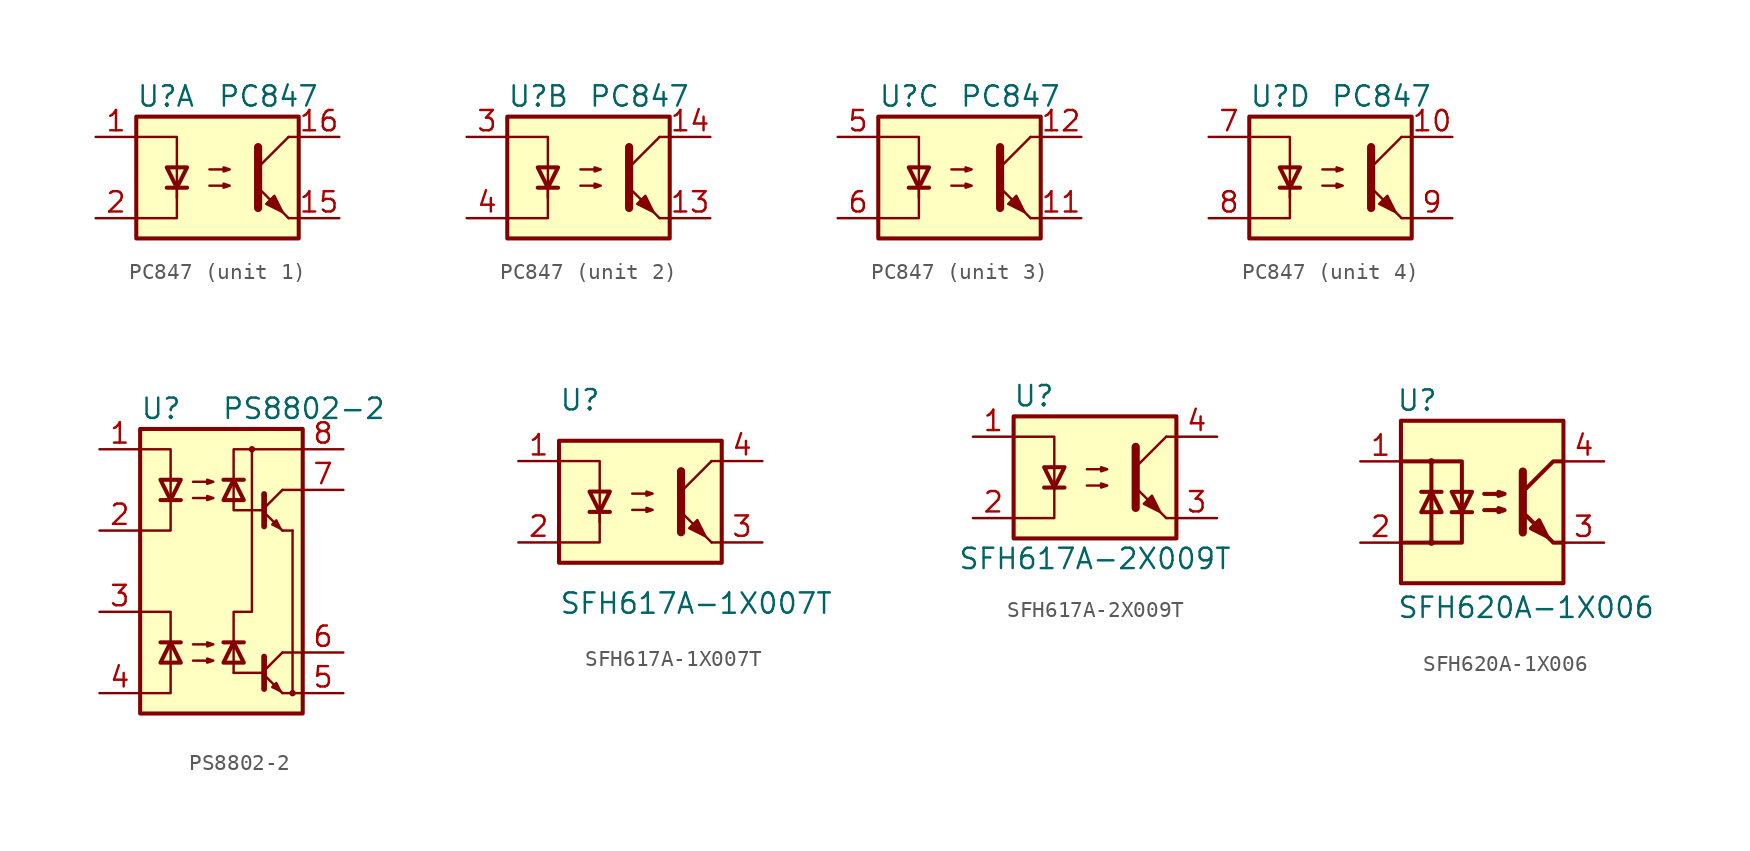
<source format=kicad_sym>
(kicad_symbol_lib
  (version 20241209)
  (generator "kicad_symbol_editor")
  (generator_version "9.0")
  (symbol "PC847"
    (pin_names
      (offset 1.016))
    (property "Reference" "U"
      (at -5.08 5.08 0)
      (effects (font (size 1.27 1.27)) (justify left)))
    (property "Value" "PC847"
      (at 0 5.08 0)
      (effects (font (size 1.27 1.27)) (justify left)))
    (symbol "PC847_0_1"
      (rectangle (start -5.08 3.81) (end 5.08 -3.81) (stroke (width 0.254) (type default)) (fill (type background)))
      (polyline (pts (xy -5.08 2.54) (xy -2.54 2.54) (xy -2.54 -1.27) (xy -2.54 0.635)) (stroke (width 0) (type default)) (fill (type none)))
      (polyline (pts (xy -3.175 -0.635) (xy -1.905 -0.635)) (stroke (width 0.254) (type default)) (fill (type none)))
      (polyline (pts (xy -2.54 -0.635) (xy -2.54 -2.54) (xy -5.08 -2.54)) (stroke (width 0) (type default)) (fill (type none)))
      (polyline (pts (xy -2.54 -0.635) (xy -3.175 0.635) (xy -1.905 0.635) (xy -2.54 -0.635)) (stroke (width 0.254) (type default)) (fill (type none)))
      (polyline (pts (xy -0.508 0.508) (xy 0.762 0.508) (xy 0.381 0.381) (xy 0.381 0.635) (xy 0.762 0.508)) (stroke (width 0) (type default)) (fill (type none)))
      (polyline (pts (xy -0.508 -0.508) (xy 0.762 -0.508) (xy 0.381 -0.635) (xy 0.381 -0.381) (xy 0.762 -0.508)) (stroke (width 0) (type default)) (fill (type none)))
      (polyline (pts (xy 2.54 1.905) (xy 2.54 -1.905) (xy 2.54 -1.905)) (stroke (width 0.508) (type default)) (fill (type none)))
      (polyline (pts (xy 2.54 0.635) (xy 4.445 2.54)) (stroke (width 0) (type default)) (fill (type none)))
      (polyline (pts (xy 3.048 -1.651) (xy 3.556 -1.143) (xy 4.064 -2.159) (xy 3.048 -1.651) (xy 3.048 -1.651)) (stroke (width 0) (type default)) (fill (type outline)))
      (polyline (pts (xy 4.445 2.54) (xy 5.08 2.54)) (stroke (width 0) (type default)) (fill (type none)))
      (polyline (pts (xy 4.445 -2.54) (xy 2.54 -0.635)) (stroke (width 0) (type default)) (fill (type outline)))
      (polyline (pts (xy 4.445 -2.54) (xy 5.08 -2.54)) (stroke (width 0) (type default)) (fill (type none))))
    (symbol "PC847_1_1"
      (pin passive line (at -7.62 2.54 0) (length 2.54) (name "~" (effects (font (size 1.27 1.27)))) (number "1" (effects (font (size 1.27 1.27)))))
      (pin passive line (at -7.62 -2.54 0) (length 2.54) (name "~" (effects (font (size 1.27 1.27)))) (number "2" (effects (font (size 1.27 1.27)))))
      (pin passive line (at 7.62 2.54 180) (length 2.54) (name "~" (effects (font (size 1.27 1.27)))) (number "16" (effects (font (size 1.27 1.27)))))
      (pin passive line (at 7.62 -2.54 180) (length 2.54) (name "~" (effects (font (size 1.27 1.27)))) (number "15" (effects (font (size 1.27 1.27))))))
    (symbol "PC847_2_1"
      (pin passive line (at -7.62 2.54 0) (length 2.54) (name "~" (effects (font (size 1.27 1.27)))) (number "3" (effects (font (size 1.27 1.27)))))
      (pin passive line (at -7.62 -2.54 0) (length 2.54) (name "~" (effects (font (size 1.27 1.27)))) (number "4" (effects (font (size 1.27 1.27)))))
      (pin passive line (at 7.62 2.54 180) (length 2.54) (name "~" (effects (font (size 1.27 1.27)))) (number "14" (effects (font (size 1.27 1.27)))))
      (pin passive line (at 7.62 -2.54 180) (length 2.54) (name "~" (effects (font (size 1.27 1.27)))) (number "13" (effects (font (size 1.27 1.27))))))
    (symbol "PC847_3_1"
      (pin passive line (at -7.62 2.54 0) (length 2.54) (name "~" (effects (font (size 1.27 1.27)))) (number "5" (effects (font (size 1.27 1.27)))))
      (pin passive line (at -7.62 -2.54 0) (length 2.54) (name "~" (effects (font (size 1.27 1.27)))) (number "6" (effects (font (size 1.27 1.27)))))
      (pin passive line (at 7.62 2.54 180) (length 2.54) (name "~" (effects (font (size 1.27 1.27)))) (number "12" (effects (font (size 1.27 1.27)))))
      (pin passive line (at 7.62 -2.54 180) (length 2.54) (name "~" (effects (font (size 1.27 1.27)))) (number "11" (effects (font (size 1.27 1.27))))))
    (symbol "PC847_4_1"
      (pin passive line (at -7.62 2.54 0) (length 2.54) (name "~" (effects (font (size 1.27 1.27)))) (number "7" (effects (font (size 1.27 1.27)))))
      (pin passive line (at -7.62 -2.54 0) (length 2.54) (name "~" (effects (font (size 1.27 1.27)))) (number "8" (effects (font (size 1.27 1.27)))))
      (pin passive line (at 7.62 2.54 180) (length 2.54) (name "~" (effects (font (size 1.27 1.27)))) (number "10" (effects (font (size 1.27 1.27)))))
      (pin passive line (at 7.62 -2.54 180) (length 2.54) (name "~" (effects (font (size 1.27 1.27)))) (number "9" (effects (font (size 1.27 1.27)))))))
  (symbol "PS8802-2"
    (pin_names
      (hide yes))
    (property "Reference" "U"
      (at -5.08 10.16 0)
      (effects (font (size 1.27 1.27)) (justify left)))
    (property "Value" "PS8802-2"
      (at 0 10.16 0)
      (effects (font (size 1.27 1.27)) (justify left)))
    (symbol "PS8802-2_0_1"
      (rectangle (start -5.08 8.89) (end 5.08 -8.89) (stroke (width 0.254) (type default)) (fill (type background)))
      (polyline (pts (xy -5.08 2.54) (xy -3.175 2.54) (xy -3.175 7.62) (xy -5.08 7.62)) (stroke (width 0) (type default)) (fill (type none)))
      (polyline (pts (xy -5.08 -2.54) (xy -3.175 -2.54) (xy -3.175 -7.62) (xy -5.08 -7.62)) (stroke (width 0) (type default)) (fill (type none)))
      (polyline (pts (xy -3.81 4.445) (xy -2.54 4.445)) (stroke (width 0.254) (type default)) (fill (type none)))
      (polyline (pts (xy -3.81 -4.445) (xy -2.54 -4.445)) (stroke (width 0.254) (type default)) (fill (type none)))
      (polyline (pts (xy -3.175 4.445) (xy -3.81 5.715) (xy -2.54 5.715) (xy -3.175 4.445)) (stroke (width 0.254) (type default)) (fill (type none)))
      (polyline (pts (xy -3.175 -4.445) (xy -3.81 -5.715) (xy -2.54 -5.715) (xy -3.175 -4.445)) (stroke (width 0.254) (type default)) (fill (type none)))
      (polyline (pts (xy -1.778 5.588) (xy -0.508 5.588) (xy -0.889 5.461) (xy -0.889 5.715) (xy -0.508 5.588)) (stroke (width 0) (type default)) (fill (type none)))
      (polyline (pts (xy -1.778 4.572) (xy -0.508 4.572) (xy -0.889 4.445) (xy -0.889 4.699) (xy -0.508 4.572)) (stroke (width 0) (type default)) (fill (type none)))
      (polyline (pts (xy -1.778 -4.572) (xy -0.508 -4.572) (xy -0.889 -4.699) (xy -0.889 -4.445) (xy -0.508 -4.572)) (stroke (width 0) (type default)) (fill (type none)))
      (polyline (pts (xy -1.778 -5.588) (xy -0.508 -5.588) (xy -0.889 -5.715) (xy -0.889 -5.461) (xy -0.508 -5.588)) (stroke (width 0) (type default)) (fill (type none)))
      (polyline (pts (xy 0.762 5.715) (xy 1.397 4.445) (xy 0.127 4.445) (xy 0.762 5.715)) (stroke (width 0.254) (type default)) (fill (type none)))
      (polyline (pts (xy 0.762 4.445) (xy 0.762 7.62) (xy 5.08 7.62)) (stroke (width 0) (type default)) (fill (type none)))
      (polyline (pts (xy 0.762 4.445) (xy 0.762 3.81) (xy 1.905 3.81) (xy 2.54 3.81)) (stroke (width 0) (type default)) (fill (type none)))
      (polyline (pts (xy 0.762 -4.445) (xy 1.397 -5.715) (xy 0.127 -5.715) (xy 0.762 -4.445)) (stroke (width 0.254) (type default)) (fill (type none)))
      (polyline (pts (xy 0.762 -5.715) (xy 0.762 -2.54) (xy 1.905 -2.54) (xy 1.905 7.62)) (stroke (width 0) (type default)) (fill (type none)))
      (polyline (pts (xy 0.762 -6.35) (xy 0.762 -5.715)) (stroke (width 0) (type default)) (fill (type none)))
      (polyline (pts (xy 0.762 -6.35) (xy 1.905 -6.35) (xy 2.54 -6.35)) (stroke (width 0) (type default)) (fill (type none)))
      (polyline (pts (xy 1.397 5.715) (xy 0.127 5.715)) (stroke (width 0.254) (type default)) (fill (type none)))
      (polyline (pts (xy 1.397 -4.445) (xy 0.127 -4.445)) (stroke (width 0.254) (type default)) (fill (type none)))
      (circle (center 1.905 7.62) (radius 0.127) (stroke (width 0) (type default)) (fill (type none)))
      (polyline (pts (xy 2.667 4.826) (xy 2.667 2.794) (xy 2.667 2.794)) (stroke (width 0.356) (type default)) (fill (type none)))
      (polyline (pts (xy 2.667 3.937) (xy 3.81 5.08)) (stroke (width 0) (type default)) (fill (type none)))
      (polyline (pts (xy 2.667 3.683) (xy 3.81 2.54)) (stroke (width 0) (type default)) (fill (type none)))
      (polyline (pts (xy 2.667 -5.334) (xy 2.667 -7.366) (xy 2.667 -7.366)) (stroke (width 0.356) (type default)) (fill (type none)))
      (polyline (pts (xy 2.667 -6.223) (xy 3.81 -5.08)) (stroke (width 0) (type default)) (fill (type none)))
      (polyline (pts (xy 2.667 -6.477) (xy 3.81 -7.62)) (stroke (width 0) (type default)) (fill (type none)))
      (polyline (pts (xy 3.683 2.667) (xy 3.429 3.175) (xy 3.175 2.921) (xy 3.683 2.667)) (stroke (width 0) (type default)) (fill (type none)))
      (polyline (pts (xy 3.683 -7.493) (xy 3.429 -6.985) (xy 3.175 -7.239) (xy 3.683 -7.493)) (stroke (width 0) (type default)) (fill (type none)))
      (polyline (pts (xy 3.81 5.08) (xy 5.08 5.08)) (stroke (width 0) (type default)) (fill (type none)))
      (polyline (pts (xy 3.81 2.54) (xy 4.445 2.54)) (stroke (width 0) (type default)) (fill (type none)))
      (polyline (pts (xy 3.81 -5.08) (xy 5.08 -5.08)) (stroke (width 0) (type default)) (fill (type none)))
      (polyline (pts (xy 3.81 -7.62) (xy 5.08 -7.62)) (stroke (width 0) (type default)) (fill (type none)))
      (polyline (pts (xy 4.445 2.54) (xy 4.445 -7.62)) (stroke (width 0) (type default)) (fill (type none)))
      (circle (center 4.445 -7.62) (radius 0.127) (stroke (width 0) (type default)) (fill (type none))))
    (symbol "PS8802-2_1_1"
      (pin passive line (at -7.62 7.62 0) (length 2.54) (name "A1" (effects (font (size 1.27 1.27)))) (number "1" (effects (font (size 1.27 1.27)))))
      (pin passive line (at -7.62 2.54 0) (length 2.54) (name "C1" (effects (font (size 1.27 1.27)))) (number "2" (effects (font (size 1.27 1.27)))))
      (pin passive line (at -7.62 -2.54 0) (length 2.54) (name "C2" (effects (font (size 1.27 1.27)))) (number "3" (effects (font (size 1.27 1.27)))))
      (pin passive line (at -7.62 -7.62 0) (length 2.54) (name "A2" (effects (font (size 1.27 1.27)))) (number "4" (effects (font (size 1.27 1.27)))))
      (pin passive line (at 7.62 7.62 180) (length 2.54) (name "VCC" (effects (font (size 1.27 1.27)))) (number "8" (effects (font (size 1.27 1.27)))))
      (pin passive line (at 7.62 5.08 180) (length 2.54) (name "VO1" (effects (font (size 1.27 1.27)))) (number "7" (effects (font (size 1.27 1.27)))))
      (pin passive line (at 7.62 -5.08 180) (length 2.54) (name "VO2" (effects (font (size 1.27 1.27)))) (number "6" (effects (font (size 1.27 1.27)))))
      (pin passive line (at 7.62 -7.62 180) (length 2.54) (name "GND" (effects (font (size 1.27 1.27)))) (number "5" (effects (font (size 1.27 1.27)))))))
  (symbol "SFH617A-1X007T"
    (pin_names
      (offset 1.016))
    (property "Reference" "U"
      (at -5.08 6.35 0)
      (effects (font (size 1.27 1.27)) (justify left)))
    (property "Value" "SFH617A-1X007T"
      (at -5.08 -6.35 0)
      (effects (font (size 1.27 1.27)) (justify left)))
    (symbol "SFH617A-1X007T_0_1"
      (rectangle (start -5.08 3.81) (end 5.08 -3.81) (stroke (width 0.254) (type default)) (fill (type background)))
      (polyline (pts (xy -5.08 2.54) (xy -2.54 2.54) (xy -2.54 -1.27) (xy -2.54 0.635)) (stroke (width 0) (type default)) (fill (type none)))
      (polyline (pts (xy -3.175 -0.635) (xy -1.905 -0.635)) (stroke (width 0.254) (type default)) (fill (type none)))
      (polyline (pts (xy -2.54 -0.635) (xy -2.54 -2.54) (xy -5.08 -2.54)) (stroke (width 0) (type default)) (fill (type none)))
      (polyline (pts (xy -2.54 -0.635) (xy -3.175 0.635) (xy -1.905 0.635) (xy -2.54 -0.635)) (stroke (width 0.254) (type default)) (fill (type none)))
      (polyline (pts (xy -0.508 0.508) (xy 0.762 0.508) (xy 0.381 0.381) (xy 0.381 0.635) (xy 0.762 0.508)) (stroke (width 0) (type default)) (fill (type none)))
      (polyline (pts (xy -0.508 -0.508) (xy 0.762 -0.508) (xy 0.381 -0.635) (xy 0.381 -0.381) (xy 0.762 -0.508)) (stroke (width 0) (type default)) (fill (type none)))
      (polyline (pts (xy 2.54 1.905) (xy 2.54 -1.905) (xy 2.54 -1.905)) (stroke (width 0.508) (type default)) (fill (type none)))
      (polyline (pts (xy 2.54 0.635) (xy 4.445 2.54)) (stroke (width 0) (type default)) (fill (type none)))
      (polyline (pts (xy 3.048 -1.651) (xy 3.556 -1.143) (xy 4.064 -2.159) (xy 3.048 -1.651) (xy 3.048 -1.651)) (stroke (width 0) (type default)) (fill (type outline)))
      (polyline (pts (xy 4.445 2.54) (xy 5.08 2.54)) (stroke (width 0) (type default)) (fill (type none)))
      (polyline (pts (xy 4.445 -2.54) (xy 2.54 -0.635)) (stroke (width 0) (type default)) (fill (type outline)))
      (polyline (pts (xy 4.445 -2.54) (xy 5.08 -2.54)) (stroke (width 0) (type default)) (fill (type none))))
    (symbol "SFH617A-1X007T_1_1"
      (pin passive line (at -7.62 2.54 0) (length 2.54) (name "~" (effects (font (size 1.27 1.27)))) (number "1" (effects (font (size 1.27 1.27)))))
      (pin passive line (at -7.62 -2.54 0) (length 2.54) (name "~" (effects (font (size 1.27 1.27)))) (number "2" (effects (font (size 1.27 1.27)))))
      (pin passive line (at 7.62 2.54 180) (length 2.54) (name "~" (effects (font (size 1.27 1.27)))) (number "4" (effects (font (size 1.27 1.27)))))
      (pin passive line (at 7.62 -2.54 180) (length 2.54) (name "~" (effects (font (size 1.27 1.27)))) (number "3" (effects (font (size 1.27 1.27)))))))
  (symbol "SFH617A-2X009T"
    (property "Reference" "U"
      (at -3.81 5.08 0)
      (effects (font (size 1.27 1.27))))
    (property "Value" "SFH617A-2X009T"
      (at 0 -5.08 0)
      (effects (font (size 1.27 1.27))))
    (symbol "SFH617A-2X009T_1_1"
      (rectangle (start -5.08 3.81) (end 5.08 -3.81) (stroke (width 0.254) (type default)) (fill (type background)))
      (polyline (pts (xy -5.08 2.54) (xy -2.54 2.54) (xy -2.54 -0.762)) (stroke (width 0) (type default)) (fill (type none)))
      (polyline (pts (xy -3.175 -0.635) (xy -1.905 -0.635)) (stroke (width 0.254) (type default)) (fill (type none)))
      (polyline (pts (xy -2.54 -0.635) (xy -2.54 -2.54) (xy -5.08 -2.54)) (stroke (width 0) (type default)) (fill (type none)))
      (polyline (pts (xy -2.54 -0.635) (xy -3.175 0.635) (xy -1.905 0.635) (xy -2.54 -0.635)) (stroke (width 0.254) (type default)) (fill (type none)))
      (polyline (pts (xy -0.508 0.508) (xy 0.762 0.508) (xy 0.381 0.381) (xy 0.381 0.635) (xy 0.762 0.508)) (stroke (width 0) (type default)) (fill (type none)))
      (polyline (pts (xy -0.508 -0.508) (xy 0.762 -0.508) (xy 0.381 -0.635) (xy 0.381 -0.381) (xy 0.762 -0.508)) (stroke (width 0) (type default)) (fill (type none)))
      (polyline (pts (xy 2.54 1.905) (xy 2.54 -1.905) (xy 2.54 -1.905)) (stroke (width 0.508) (type default)) (fill (type none)))
      (polyline (pts (xy 2.54 0.635) (xy 4.445 2.54)) (stroke (width 0) (type default)) (fill (type none)))
      (polyline (pts (xy 3.048 -1.651) (xy 3.556 -1.143) (xy 4.064 -2.159) (xy 3.048 -1.651) (xy 3.048 -1.651)) (stroke (width 0) (type default)) (fill (type outline)))
      (polyline (pts (xy 4.445 2.54) (xy 5.08 2.54)) (stroke (width 0) (type default)) (fill (type none)))
      (polyline (pts (xy 4.445 -2.54) (xy 2.54 -0.635)) (stroke (width 0) (type default)) (fill (type outline)))
      (polyline (pts (xy 4.445 -2.54) (xy 5.08 -2.54)) (stroke (width 0) (type default)) (fill (type none)))
      (pin passive line (at -7.62 2.54 0) (length 2.54) (name "~" (effects (font (size 1.27 1.27)))) (number "1" (effects (font (size 1.27 1.27)))))
      (pin passive line (at -7.62 -2.54 0) (length 2.54) (name "~" (effects (font (size 1.27 1.27)))) (number "2" (effects (font (size 1.27 1.27)))))
      (pin passive line (at 7.62 2.54 180) (length 2.54) (name "~" (effects (font (size 1.27 1.27)))) (number "4" (effects (font (size 1.27 1.27)))))
      (pin passive line (at 7.62 -2.54 180) (length 2.54) (name "~" (effects (font (size 1.27 1.27)))) (number "3" (effects (font (size 1.27 1.27)))))))
  (symbol "SFH620A-1X006"
    (pin_names
      (offset 1.016))
    (property "Reference" "U"
      (at -4.064 6.35 0)
      (effects (font (size 1.27 1.27))))
    (property "Value" "SFH620A-1X006"
      (at -5.334 -6.604 0)
      (effects (font (size 1.27 1.27)) (justify left)))
    (symbol "SFH620A-1X006_1_1"
      (rectangle (start -5.08 5.08) (end 5.08 -5.08) (stroke (width 0.254) (type default)) (fill (type background)))
      (polyline (pts (xy -5.08 2.54) (xy -3.175 2.54) (xy -3.175 -2.54) (xy -5.08 -2.54)) (stroke (width 0.254) (type default)) (fill (type none)))
      (polyline (pts (xy -3.81 0.635) (xy -2.54 0.635)) (stroke (width 0.254) (type default)) (fill (type none)))
      (circle (center -3.175 2.54) (radius 0.127) (stroke (width 0) (type default)) (fill (type none)))
      (polyline (pts (xy -3.175 0.635) (xy -3.81 -0.635) (xy -2.54 -0.635) (xy -3.175 0.635)) (stroke (width 0.254) (type default)) (fill (type none)))
      (circle (center -3.175 -2.54) (radius 0.127) (stroke (width 0) (type default)) (fill (type none)))
      (polyline (pts (xy -3.175 -2.54) (xy -1.27 -2.54) (xy -1.27 2.54) (xy -3.175 2.54)) (stroke (width 0.254) (type default)) (fill (type none)))
      (polyline (pts (xy -1.905 -0.635) (xy -0.635 -0.635)) (stroke (width 0.254) (type default)) (fill (type none)))
      (polyline (pts (xy -1.27 -0.635) (xy -1.905 0.635) (xy -0.635 0.635) (xy -1.27 -0.635)) (stroke (width 0.254) (type default)) (fill (type none)))
      (polyline (pts (xy 0.127 0.508) (xy 1.397 0.508) (xy 1.016 0.381) (xy 1.016 0.635) (xy 1.397 0.508)) (stroke (width 0.254) (type default)) (fill (type none)))
      (polyline (pts (xy 0.127 -0.508) (xy 1.397 -0.508) (xy 1.016 -0.635) (xy 1.016 -0.381) (xy 1.397 -0.508)) (stroke (width 0.254) (type default)) (fill (type none)))
      (polyline (pts (xy 2.54 1.905) (xy 2.54 -1.905) (xy 2.54 -1.905)) (stroke (width 0.508) (type default)) (fill (type none)))
      (polyline (pts (xy 3.048 -1.651) (xy 3.556 -1.143) (xy 4.064 -2.159) (xy 3.048 -1.651) (xy 3.048 -1.651)) (stroke (width 0.254) (type default)) (fill (type outline)))
      (polyline (pts (xy 5.08 2.54) (xy 4.445 2.54) (xy 2.54 0.635)) (stroke (width 0.254) (type default)) (fill (type none)))
      (polyline (pts (xy 5.08 -2.54) (xy 4.445 -2.54) (xy 2.54 -0.635)) (stroke (width 0.254) (type default)) (fill (type none)))
      (pin passive line (at -7.62 2.54 0) (length 2.54) (name "~" (effects (font (size 1.27 1.27)))) (number "1" (effects (font (size 1.27 1.27)))))
      (pin passive line (at -7.62 -2.54 0) (length 2.54) (name "~" (effects (font (size 1.27 1.27)))) (number "2" (effects (font (size 1.27 1.27)))))
      (pin passive line (at 7.62 2.54 180) (length 2.54) (name "~" (effects (font (size 1.27 1.27)))) (number "4" (effects (font (size 1.27 1.27)))))
      (pin passive line (at 7.62 -2.54 180) (length 2.54) (name "~" (effects (font (size 1.27 1.27)))) (number "3" (effects (font (size 1.27 1.27))))))))
</source>
